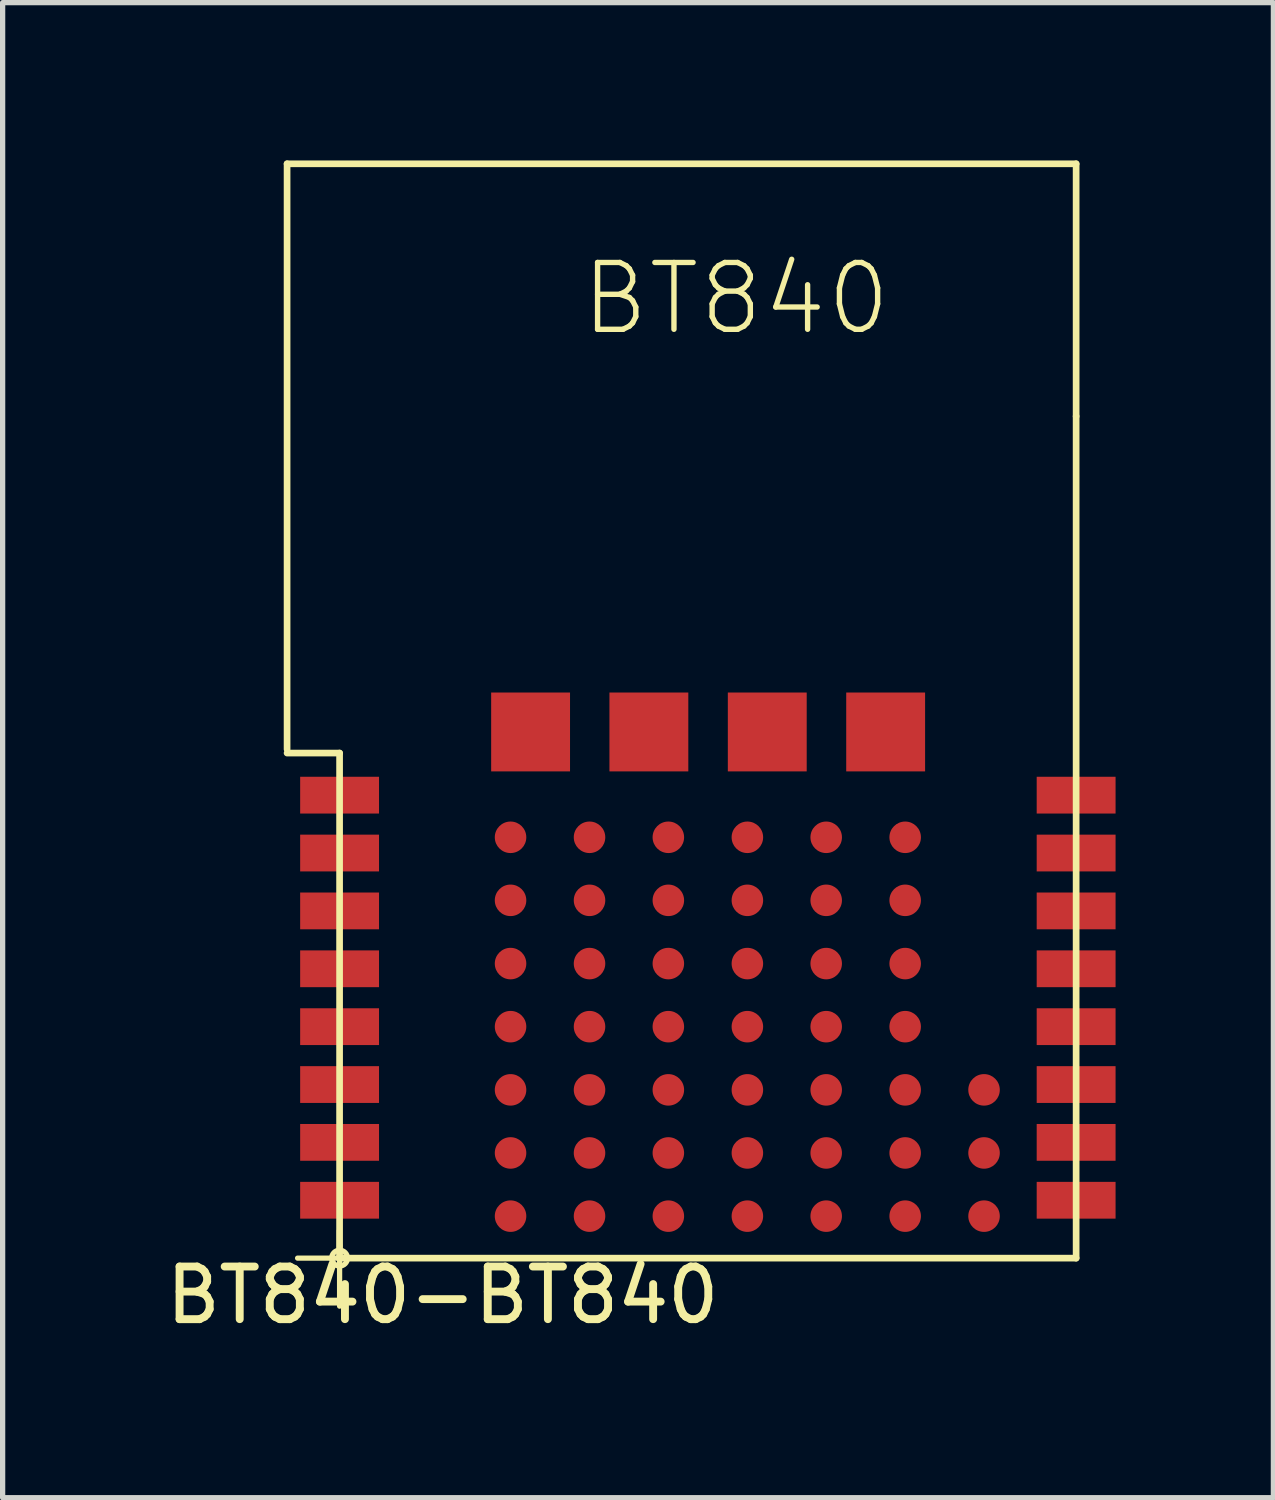
<source format=kicad_pcb>
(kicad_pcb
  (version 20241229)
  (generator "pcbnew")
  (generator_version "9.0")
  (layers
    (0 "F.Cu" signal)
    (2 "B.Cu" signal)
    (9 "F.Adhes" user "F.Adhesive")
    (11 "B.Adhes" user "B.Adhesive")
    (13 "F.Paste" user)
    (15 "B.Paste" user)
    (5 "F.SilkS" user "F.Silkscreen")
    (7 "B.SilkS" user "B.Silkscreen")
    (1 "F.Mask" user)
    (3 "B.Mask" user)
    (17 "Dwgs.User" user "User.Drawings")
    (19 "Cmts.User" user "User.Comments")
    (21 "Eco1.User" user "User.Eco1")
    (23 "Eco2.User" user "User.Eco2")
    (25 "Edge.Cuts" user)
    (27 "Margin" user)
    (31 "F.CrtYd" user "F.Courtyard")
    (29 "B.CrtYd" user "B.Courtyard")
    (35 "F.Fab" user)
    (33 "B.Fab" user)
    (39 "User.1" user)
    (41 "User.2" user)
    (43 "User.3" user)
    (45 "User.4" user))
  (footprint "BT840-BT840"
    (layer "F.Cu")
    (at 3.404 20.861)
    (property "Reference" "BT840-BT840" (at 1.959 0.705 0) (layer "F.SilkS") (effects (font (size 1 1) (thickness 0.15))))
    (attr smd)
    (fp_line (start -0.998 -20.798) (end 13.998 -20.798) (stroke (width 0.127) (type solid)) (layer "F.SilkS"))
    (fp_line (start -0.998 -9.67) (end -0.998 -20.798) (stroke (width 0.127) (type solid)) (layer "F.SilkS"))
    (fp_line (start -0.798 0) (end 0 0) (stroke (width 0.1) (type solid)) (layer "F.SilkS"))
    (fp_line (start -0.005 -0.003) (end -0.005 -0.521) (stroke (width 0.1) (type solid)) (layer "F.SilkS"))
    (fp_line (start 0 -9.599) (end -0.998 -9.599) (stroke (width 0.127) (type solid)) (layer "F.SilkS"))
    (fp_line (start 0 -0.254) (end 0 -0.15) (stroke (width 0.1) (type solid)) (layer "F.SilkS"))
    (fp_line (start 0 -0.15) (end 0 0) (stroke (width 0.1) (type solid)) (layer "F.SilkS"))
    (fp_line (start 0 0) (end 0 -9.599) (stroke (width 0.127) (type solid)) (layer "F.SilkS"))
    (fp_line (start 0 0) (end 0 0) (stroke (width 0.1) (type solid)) (layer "F.SilkS"))
    (fp_line (start 0 0) (end 12.598 0) (stroke (width 0.1) (type solid)) (layer "F.SilkS"))
    (fp_line (start 0 0.15) (end 0 0) (stroke (width 0.1) (type solid)) (layer "F.SilkS"))
    (fp_line (start 0 0.912) (end 0 0.15) (stroke (width 0.1) (type solid)) (layer "F.SilkS"))
    (fp_line (start 12.598 0) (end 0 0) (stroke (width 0.1) (type solid)) (layer "F.SilkS"))
    (fp_line (start 12.598 0) (end 12.598 0) (stroke (width 0.1) (type solid)) (layer "F.SilkS"))
    (fp_line (start 13.995 -15.997) (end 13.995 -9.723) (stroke (width 0.1) (type solid)) (layer "F.SilkS"))
    (fp_line (start 13.998 -20.798) (end 13.998 -15.999) (stroke (width 0.127) (type solid)) (layer "F.SilkS"))
    (fp_line (start 13.998 -15.999) (end 13.998 0) (stroke (width 0.127) (type solid)) (layer "F.SilkS"))
    (fp_line (start 13.998 0) (end 0 0) (stroke (width 0.127) (type solid)) (layer "F.SilkS"))
    (fp_line (start 14 -15.999) (end 13.998 -15.999) (stroke (width 0.1) (type solid)) (layer "F.SilkS"))
    (fp_line (start 14 -0.589) (end 14 -0.008) (stroke (width 0.1) (type solid)) (layer "F.SilkS"))
    (fp_arc (start 0 -0.14986) (mid 0.14986 0) (end 0 0.14986) (stroke (width 0.1) (type solid)) (layer "F.SilkS"))
    (fp_arc (start 0 0.14986) (mid -0.14986 0) (end 0 -0.14986) (stroke (width 0.1) (type solid)) (layer "F.SilkS"))
    (fp_text user "BT840" (at 7.534 -18.235 0) (layer "F.SilkS") (effects (font (size 1.27 1.27) (thickness 0.102))))
    (pad "P$1" smd rect (at 0 -8.799 180) (size 1.499 0.699) (layers "F.Cu" "F.Mask" "F.Paste"))
    (pad "P$2" smd rect (at 0 -7.699) (size 1.499 0.699) (layers "F.Cu" "F.Mask" "F.Paste"))
    (pad "P$3" smd rect (at 0 -6.599) (size 1.499 0.699) (layers "F.Cu" "F.Mask" "F.Paste"))
    (pad "P$4" smd rect (at 0 -5.499) (size 1.499 0.699) (layers "F.Cu" "F.Mask" "F.Paste"))
    (pad "P$5" smd rect (at 0 -4.399) (size 1.499 0.699) (layers "F.Cu" "F.Mask" "F.Paste"))
    (pad "P$6" smd rect (at 0 -3.299) (size 1.499 0.699) (layers "F.Cu" "F.Mask" "F.Paste"))
    (pad "P$7" smd rect (at 0 -2.2) (size 1.499 0.699) (layers "F.Cu" "F.Mask" "F.Paste"))
    (pad "P$8" smd rect (at 0 -1.1) (size 1.499 0.699) (layers "F.Cu" "F.Mask" "F.Paste"))
    (pad "P$9" smd rect (at 13.998 -1.1) (size 1.499 0.699) (layers "F.Cu" "F.Mask" "F.Paste"))
    (pad "P$10" smd rect (at 13.998 -2.2) (size 1.499 0.699) (layers "F.Cu" "F.Mask" "F.Paste"))
    (pad "P$11" smd rect (at 13.998 -3.299) (size 1.499 0.699) (layers "F.Cu" "F.Mask" "F.Paste"))
    (pad "P$12" smd rect (at 13.998 -4.399) (size 1.499 0.699) (layers "F.Cu" "F.Mask" "F.Paste"))
    (pad "P$13" smd rect (at 13.998 -5.499) (size 1.499 0.699) (layers "F.Cu" "F.Mask" "F.Paste"))
    (pad "P$14" smd rect (at 13.998 -6.599) (size 1.499 0.699) (layers "F.Cu" "F.Mask" "F.Paste"))
    (pad "P$15" smd rect (at 13.998 -7.699) (size 1.499 0.699) (layers "F.Cu" "F.Mask" "F.Paste"))
    (pad "P$16" smd rect (at 13.998 -8.799) (size 1.499 0.699) (layers "F.Cu" "F.Mask" "F.Paste"))
    (pad "P$A0" smd circle (at 4.75 -7.998 180) (size 0.599 0.599) (layers "F.Cu" "F.Mask" "F.Paste"))
    (pad "P$A1" smd circle (at 4.75 -6.8 180) (size 0.599 0.599) (layers "F.Cu" "F.Mask" "F.Paste"))
    (pad "P$A2" smd circle (at 4.75 -5.598 180) (size 0.599 0.599) (layers "F.Cu" "F.Mask" "F.Paste"))
    (pad "P$A3" smd circle (at 4.75 -4.399 180) (size 0.599 0.599) (layers "F.Cu" "F.Mask" "F.Paste"))
    (pad "P$A4" smd circle (at 4.75 -3.198 180) (size 0.599 0.599) (layers "F.Cu" "F.Mask" "F.Paste"))
    (pad "P$A5" smd circle (at 4.75 -1.999) (size 0.599 0.599) (layers "F.Cu" "F.Mask" "F.Paste"))
    (pad "P$A6" smd circle (at 4.75 -0.798) (size 0.599 0.599) (layers "F.Cu" "F.Mask" "F.Paste"))
    (pad "P$B0" smd circle (at 6.248 -7.998 180) (size 0.599 0.599) (layers "F.Cu" "F.Mask" "F.Paste"))
    (pad "P$B1" smd circle (at 6.248 -6.8 180) (size 0.599 0.599) (layers "F.Cu" "F.Mask" "F.Paste"))
    (pad "P$B2" smd circle (at 6.248 -5.598 180) (size 0.599 0.599) (layers "F.Cu" "F.Mask" "F.Paste"))
    (pad "P$B3" smd circle (at 6.248 -4.399 180) (size 0.599 0.599) (layers "F.Cu" "F.Mask" "F.Paste"))
    (pad "P$B4" smd circle (at 6.248 -3.198 180) (size 0.599 0.599) (layers "F.Cu" "F.Mask" "F.Paste"))
    (pad "P$B5" smd circle (at 6.248 -1.999 180) (size 0.599 0.599) (layers "F.Cu" "F.Mask" "F.Paste"))
    (pad "P$B6" smd circle (at 6.248 -0.798 180) (size 0.599 0.599) (layers "F.Cu" "F.Mask" "F.Paste"))
    (pad "P$C0" smd circle (at 7.75 -7.998 180) (size 0.599 0.599) (layers "F.Cu" "F.Mask" "F.Paste"))
    (pad "P$C1" smd circle (at 7.75 -6.8 180) (size 0.599 0.599) (layers "F.Cu" "F.Mask" "F.Paste"))
    (pad "P$C2" smd circle (at 7.75 -5.598 180) (size 0.599 0.599) (layers "F.Cu" "F.Mask" "F.Paste"))
    (pad "P$C3" smd circle (at 7.75 -4.399 180) (size 0.599 0.599) (layers "F.Cu" "F.Mask" "F.Paste"))
    (pad "P$C4" smd circle (at 7.75 -3.198 180) (size 0.599 0.599) (layers "F.Cu" "F.Mask" "F.Paste"))
    (pad "P$C5" smd circle (at 7.75 -1.999 180) (size 0.599 0.599) (layers "F.Cu" "F.Mask" "F.Paste"))
    (pad "P$C6" smd circle (at 7.75 -0.798 180) (size 0.599 0.599) (layers "F.Cu" "F.Mask" "F.Paste"))
    (pad "P$D0" smd circle (at 9.248 -7.998 180) (size 0.599 0.599) (layers "F.Cu" "F.Mask" "F.Paste"))
    (pad "P$D1" smd circle (at 9.248 -6.8 180) (size 0.599 0.599) (layers "F.Cu" "F.Mask" "F.Paste"))
    (pad "P$D2" smd circle (at 9.248 -5.598 180) (size 0.599 0.599) (layers "F.Cu" "F.Mask" "F.Paste"))
    (pad "P$D3" smd circle (at 9.248 -4.399 180) (size 0.599 0.599) (layers "F.Cu" "F.Mask" "F.Paste"))
    (pad "P$D4" smd circle (at 9.248 -3.198 180) (size 0.599 0.599) (layers "F.Cu" "F.Mask" "F.Paste"))
    (pad "P$D5" smd circle (at 9.248 -1.999 180) (size 0.599 0.599) (layers "F.Cu" "F.Mask" "F.Paste"))
    (pad "P$D6" smd circle (at 9.248 -0.798 180) (size 0.599 0.599) (layers "F.Cu" "F.Mask" "F.Paste"))
    (pad "P$E0" smd circle (at 10.749 -7.998 180) (size 0.599 0.599) (layers "F.Cu" "F.Mask" "F.Paste"))
    (pad "P$E1" smd circle (at 10.749 -6.8 180) (size 0.599 0.599) (layers "F.Cu" "F.Mask" "F.Paste"))
    (pad "P$E2" smd circle (at 10.749 -5.598 180) (size 0.599 0.599) (layers "F.Cu" "F.Mask" "F.Paste"))
    (pad "P$E3" smd circle (at 10.749 -4.399 180) (size 0.599 0.599) (layers "F.Cu" "F.Mask" "F.Paste"))
    (pad "P$E4" smd circle (at 10.749 -3.198 180) (size 0.599 0.599) (layers "F.Cu" "F.Mask" "F.Paste"))
    (pad "P$E5" smd circle (at 10.749 -1.999) (size 0.599 0.599) (layers "F.Cu" "F.Mask" "F.Paste"))
    (pad "P$E6" smd circle (at 10.749 -0.798) (size 0.599 0.599) (layers "F.Cu" "F.Mask" "F.Paste"))
    (pad "P$F0" smd rect (at 3.63 -10) (size 1.499 1.499) (layers "F.Cu" "F.Mask" "F.Paste"))
    (pad "P$F1" smd rect (at 5.878 -10) (size 1.499 1.499) (layers "F.Cu" "F.Mask" "F.Paste"))
    (pad "P$F2" smd rect (at 8.128 -10) (size 1.499 1.499) (layers "F.Cu" "F.Mask" "F.Paste"))
    (pad "P$F3" smd rect (at 10.378 -10) (size 1.499 1.499) (layers "F.Cu" "F.Mask" "F.Paste"))
    (pad "P$F4" smd circle (at 12.248 -3.198 180) (size 0.599 0.599) (layers "F.Cu" "F.Mask" "F.Paste"))
    (pad "P$F5" smd circle (at 12.248 -1.999) (size 0.599 0.599) (layers "F.Cu" "F.Mask" "F.Paste"))
    (pad "P$F6" smd circle (at 12.248 -0.798) (size 0.599 0.599) (layers "F.Cu" "F.Mask" "F.Paste"))
    (pad "P$Z0" smd circle (at 3.249 -7.998 180) (size 0.599 0.599) (layers "F.Cu" "F.Mask" "F.Paste"))
    (pad "P$Z1" smd circle (at 3.249 -6.8 180) (size 0.599 0.599) (layers "F.Cu" "F.Mask" "F.Paste"))
    (pad "P$Z2" smd circle (at 3.249 -5.598 180) (size 0.599 0.599) (layers "F.Cu" "F.Mask" "F.Paste"))
    (pad "P$Z3" smd circle (at 3.249 -4.399 180) (size 0.599 0.599) (layers "F.Cu" "F.Mask" "F.Paste"))
    (pad "P$Z4" smd circle (at 3.249 -3.198 180) (size 0.599 0.599) (layers "F.Cu" "F.Mask" "F.Paste"))
    (pad "P$Z5" smd circle (at 3.249 -1.999) (size 0.599 0.599) (layers "F.Cu" "F.Mask" "F.Paste"))
    (pad "P$Z6" smd circle (at 3.249 -0.798) (size 0.599 0.599) (layers "F.Cu" "F.Mask" "F.Paste")))
  (gr_rect
    (start -3 -3)
    (end 21.151 25.414)
    (stroke (width 0.1) (type default))
    (fill no)
    (layer "Edge.Cuts")))
</source>
